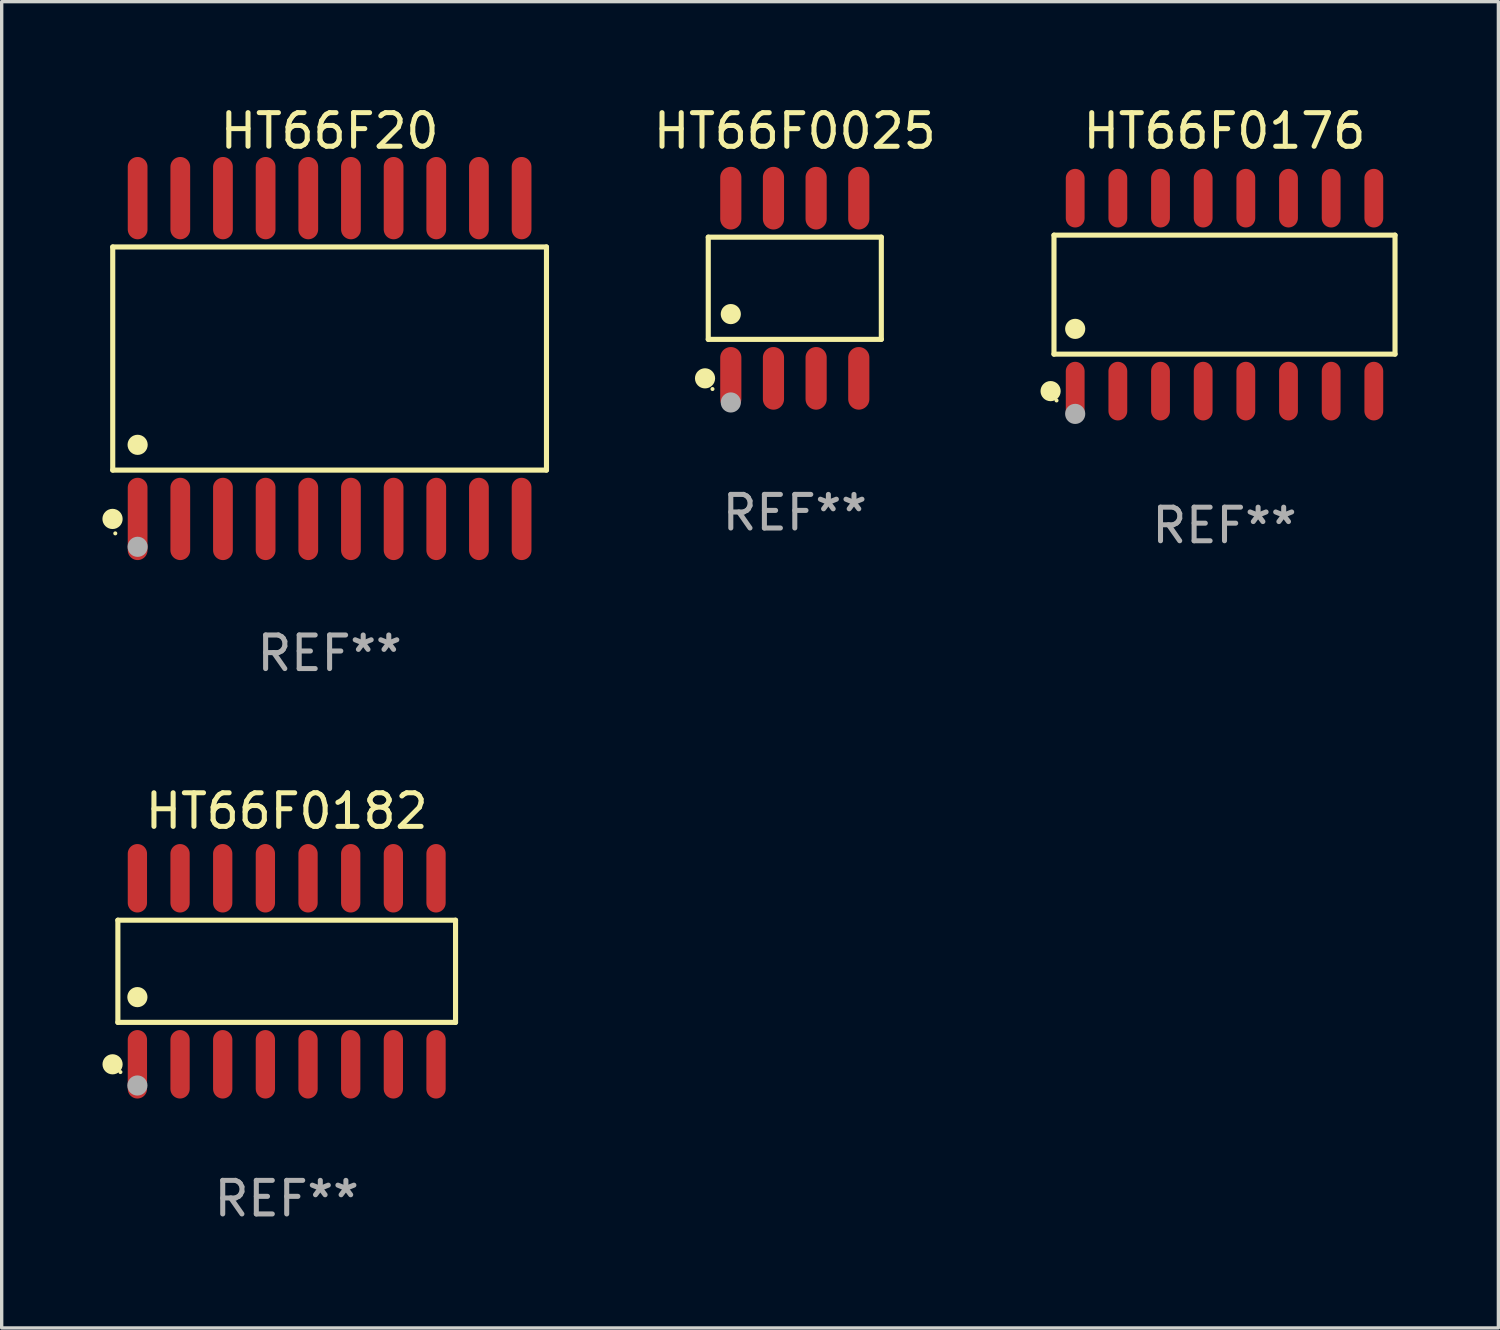
<source format=kicad_pcb>
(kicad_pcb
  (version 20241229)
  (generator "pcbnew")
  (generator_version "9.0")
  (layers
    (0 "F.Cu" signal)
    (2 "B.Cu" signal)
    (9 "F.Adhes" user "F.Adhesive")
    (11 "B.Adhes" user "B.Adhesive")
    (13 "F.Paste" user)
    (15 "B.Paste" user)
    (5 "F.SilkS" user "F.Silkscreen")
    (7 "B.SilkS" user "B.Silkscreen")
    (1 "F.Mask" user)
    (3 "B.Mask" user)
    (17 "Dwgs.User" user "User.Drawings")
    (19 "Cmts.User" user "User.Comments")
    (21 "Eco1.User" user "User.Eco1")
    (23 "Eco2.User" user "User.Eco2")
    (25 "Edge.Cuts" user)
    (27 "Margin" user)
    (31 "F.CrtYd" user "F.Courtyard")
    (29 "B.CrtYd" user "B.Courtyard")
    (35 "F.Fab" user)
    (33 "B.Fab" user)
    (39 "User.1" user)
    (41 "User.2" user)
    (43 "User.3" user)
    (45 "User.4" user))
  (footprint "HT66F0182"
    (layer "F.Cu")
    (at 5.485 25.864)
    (property "Reference" "HT66F0182" (at 0 -4.769 0) (layer "F.SilkS") (effects (font (size 1 1) (thickness 0.15))))
    (attr through_hole)
    (fp_line (start -5.026 -1.521) (end 5.026 -1.521) (stroke (width 0.152) (type solid)) (layer "F.SilkS"))
    (fp_line (start -5.026 1.521) (end -5.026 -1.521) (stroke (width 0.152) (type solid)) (layer "F.SilkS"))
    (fp_line (start 5.026 -1.521) (end 5.026 1.521) (stroke (width 0.152) (type solid)) (layer "F.SilkS"))
    (fp_line (start 5.026 1.521) (end -5.026 1.521) (stroke (width 0.152) (type solid)) (layer "F.SilkS"))
    (fp_circle (center -5.184 2.769) (end -5.034 2.769) (stroke (width 0.3) (type solid)) (fill no) (layer "F.SilkS"))
    (fp_circle (center -4.95 3) (end -4.92 3) (stroke (width 0.06) (type solid)) (fill no) (layer "F.SilkS"))
    (fp_circle (center -4.445 0.769) (end -4.295 0.769) (stroke (width 0.3) (type solid)) (fill no) (layer "F.SilkS"))
    (fp_circle (center -4.445 3.4) (end -4.295 3.4) (stroke (width 0.3) (type solid)) (fill no) (layer "F.Fab"))
    (fp_text user "REF**" (at 0 6.769 0) (layer "F.Fab") (effects (font (size 1 1) (thickness 0.15))))
    (pad "1" smd oval (at -4.445 2.769) (size 0.574 2.038) (layers "F.Cu" "F.Mask" "F.Paste"))
    (pad "2" smd oval (at -3.175 2.769) (size 0.574 2.038) (layers "F.Cu" "F.Mask" "F.Paste"))
    (pad "3" smd oval (at -1.905 2.769) (size 0.574 2.038) (layers "F.Cu" "F.Mask" "F.Paste"))
    (pad "4" smd oval (at -0.635 2.769) (size 0.574 2.038) (layers "F.Cu" "F.Mask" "F.Paste"))
    (pad "5" smd oval (at 0.635 2.769) (size 0.574 2.038) (layers "F.Cu" "F.Mask" "F.Paste"))
    (pad "6" smd oval (at 1.905 2.769) (size 0.574 2.038) (layers "F.Cu" "F.Mask" "F.Paste"))
    (pad "7" smd oval (at 3.175 2.769) (size 0.574 2.038) (layers "F.Cu" "F.Mask" "F.Paste"))
    (pad "8" smd oval (at 4.445 2.769) (size 0.574 2.038) (layers "F.Cu" "F.Mask" "F.Paste"))
    (pad "9" smd oval (at 4.445 -2.769) (size 0.574 2.038) (layers "F.Cu" "F.Mask" "F.Paste"))
    (pad "10" smd oval (at 3.175 -2.769) (size 0.574 2.038) (layers "F.Cu" "F.Mask" "F.Paste"))
    (pad "11" smd oval (at 1.905 -2.769) (size 0.574 2.038) (layers "F.Cu" "F.Mask" "F.Paste"))
    (pad "12" smd oval (at 0.635 -2.769) (size 0.574 2.038) (layers "F.Cu" "F.Mask" "F.Paste"))
    (pad "13" smd oval (at -0.635 -2.769) (size 0.574 2.038) (layers "F.Cu" "F.Mask" "F.Paste"))
    (pad "14" smd oval (at -1.905 -2.769) (size 0.574 2.038) (layers "F.Cu" "F.Mask" "F.Paste"))
    (pad "15" smd oval (at -3.175 -2.769) (size 0.574 2.038) (layers "F.Cu" "F.Mask" "F.Paste"))
    (pad "16" smd oval (at -4.445 -2.769) (size 0.574 2.038) (layers "F.Cu" "F.Mask" "F.Paste")))
  (footprint "HT66F0025"
    (layer "F.Cu")
    (at 20.61 5.531)
    (property "Reference" "HT66F0025" (at 0 -4.682 0) (layer "F.SilkS") (effects (font (size 1 1) (thickness 0.15))))
    (attr through_hole)
    (fp_line (start -2.576 -1.521) (end 2.576 -1.521) (stroke (width 0.152) (type solid)) (layer "F.SilkS"))
    (fp_line (start -2.576 1.521) (end -2.576 -1.521) (stroke (width 0.152) (type solid)) (layer "F.SilkS"))
    (fp_line (start 2.576 -1.521) (end 2.576 1.521) (stroke (width 0.152) (type solid)) (layer "F.SilkS"))
    (fp_line (start 2.576 1.521) (end -2.576 1.521) (stroke (width 0.152) (type solid)) (layer "F.SilkS"))
    (fp_circle (center -2.672 2.682) (end -2.522 2.682) (stroke (width 0.3) (type solid)) (fill no) (layer "F.SilkS"))
    (fp_circle (center -2.45 3) (end -2.42 3) (stroke (width 0.06) (type solid)) (fill no) (layer "F.SilkS"))
    (fp_circle (center -1.905 0.769) (end -1.755 0.769) (stroke (width 0.3) (type solid)) (fill no) (layer "F.SilkS"))
    (fp_circle (center -1.905 3.4) (end -1.755 3.4) (stroke (width 0.3) (type solid)) (fill no) (layer "F.Fab"))
    (fp_text user "REF**" (at 0 6.682 0) (layer "F.Fab") (effects (font (size 1 1) (thickness 0.15))))
    (pad "1" smd oval (at -1.905 2.682) (size 0.63 1.865) (layers "F.Cu" "F.Mask" "F.Paste"))
    (pad "2" smd oval (at -0.635 2.682) (size 0.63 1.865) (layers "F.Cu" "F.Mask" "F.Paste"))
    (pad "3" smd oval (at 0.635 2.682) (size 0.63 1.865) (layers "F.Cu" "F.Mask" "F.Paste"))
    (pad "4" smd oval (at 1.905 2.682) (size 0.63 1.865) (layers "F.Cu" "F.Mask" "F.Paste"))
    (pad "5" smd oval (at 1.905 -2.682) (size 0.63 1.865) (layers "F.Cu" "F.Mask" "F.Paste"))
    (pad "6" smd oval (at 0.635 -2.682) (size 0.63 1.865) (layers "F.Cu" "F.Mask" "F.Paste"))
    (pad "7" smd oval (at -0.635 -2.682) (size 0.63 1.865) (layers "F.Cu" "F.Mask" "F.Paste"))
    (pad "8" smd oval (at -1.905 -2.682) (size 0.63 1.865) (layers "F.Cu" "F.Mask" "F.Paste")))
  (footprint "HT66F0176"
    (layer "F.Cu")
    (at 33.402 5.721)
    (property "Reference" "HT66F0176" (at 0 -4.872 0) (layer "F.SilkS") (effects (font (size 1 1) (thickness 0.15))))
    (attr through_hole)
    (fp_line (start -5.076 -1.771) (end 5.076 -1.771) (stroke (width 0.152) (type solid)) (layer "F.SilkS"))
    (fp_line (start -5.076 1.771) (end -5.076 -1.771) (stroke (width 0.152) (type solid)) (layer "F.SilkS"))
    (fp_line (start 5.076 -1.771) (end 5.076 1.771) (stroke (width 0.152) (type solid)) (layer "F.SilkS"))
    (fp_line (start 5.076 1.771) (end -5.076 1.771) (stroke (width 0.152) (type solid)) (layer "F.SilkS"))
    (fp_circle (center -5.177 2.872) (end -5.027 2.872) (stroke (width 0.3) (type solid)) (fill no) (layer "F.SilkS"))
    (fp_circle (center -5 3.15) (end -4.97 3.15) (stroke (width 0.06) (type solid)) (fill no) (layer "F.SilkS"))
    (fp_circle (center -4.445 1.019) (end -4.295 1.019) (stroke (width 0.3) (type solid)) (fill no) (layer "F.SilkS"))
    (fp_circle (center -4.445 3.55) (end -4.295 3.55) (stroke (width 0.3) (type solid)) (fill no) (layer "F.Fab"))
    (fp_text user "REF**" (at 0 6.872 0) (layer "F.Fab") (effects (font (size 1 1) (thickness 0.15))))
    (pad "1" smd oval (at -4.445 2.872) (size 0.56 1.745) (layers "F.Cu" "F.Mask" "F.Paste"))
    (pad "2" smd oval (at -3.175 2.872) (size 0.56 1.745) (layers "F.Cu" "F.Mask" "F.Paste"))
    (pad "3" smd oval (at -1.905 2.872) (size 0.56 1.745) (layers "F.Cu" "F.Mask" "F.Paste"))
    (pad "4" smd oval (at -0.635 2.872) (size 0.56 1.745) (layers "F.Cu" "F.Mask" "F.Paste"))
    (pad "5" smd oval (at 0.635 2.872) (size 0.56 1.745) (layers "F.Cu" "F.Mask" "F.Paste"))
    (pad "6" smd oval (at 1.905 2.872) (size 0.56 1.745) (layers "F.Cu" "F.Mask" "F.Paste"))
    (pad "7" smd oval (at 3.175 2.872) (size 0.56 1.745) (layers "F.Cu" "F.Mask" "F.Paste"))
    (pad "8" smd oval (at 4.445 2.872) (size 0.56 1.745) (layers "F.Cu" "F.Mask" "F.Paste"))
    (pad "9" smd oval (at 4.445 -2.872) (size 0.56 1.745) (layers "F.Cu" "F.Mask" "F.Paste"))
    (pad "10" smd oval (at 3.175 -2.872) (size 0.56 1.745) (layers "F.Cu" "F.Mask" "F.Paste"))
    (pad "11" smd oval (at 1.905 -2.872) (size 0.56 1.745) (layers "F.Cu" "F.Mask" "F.Paste"))
    (pad "12" smd oval (at 0.635 -2.872) (size 0.56 1.745) (layers "F.Cu" "F.Mask" "F.Paste"))
    (pad "13" smd oval (at -0.635 -2.872) (size 0.56 1.745) (layers "F.Cu" "F.Mask" "F.Paste"))
    (pad "14" smd oval (at -1.905 -2.872) (size 0.56 1.745) (layers "F.Cu" "F.Mask" "F.Paste"))
    (pad "15" smd oval (at -3.175 -2.872) (size 0.56 1.745) (layers "F.Cu" "F.Mask" "F.Paste"))
    (pad "16" smd oval (at -4.445 -2.872) (size 0.56 1.745) (layers "F.Cu" "F.Mask" "F.Paste")))
  (footprint "HT66F20"
    (layer "F.Cu")
    (at 6.762 7.623)
    (property "Reference" "HT66F20" (at 0 -6.775 0) (layer "F.SilkS") (effects (font (size 1 1) (thickness 0.15))))
    (attr through_hole)
    (fp_line (start -6.456 -3.321) (end 6.456 -3.321) (stroke (width 0.152) (type solid)) (layer "F.SilkS"))
    (fp_line (start -6.456 3.321) (end -6.456 -3.321) (stroke (width 0.152) (type solid)) (layer "F.SilkS"))
    (fp_line (start 6.456 -3.321) (end 6.456 3.321) (stroke (width 0.152) (type solid)) (layer "F.SilkS"))
    (fp_line (start 6.456 3.321) (end -6.456 3.321) (stroke (width 0.152) (type solid)) (layer "F.SilkS"))
    (fp_circle (center -6.462 4.775) (end -6.311 4.775) (stroke (width 0.3) (type solid)) (fill no) (layer "F.SilkS"))
    (fp_circle (center -6.38 5.205) (end -6.35 5.205) (stroke (width 0.06) (type solid)) (fill no) (layer "F.SilkS"))
    (fp_circle (center -5.715 2.569) (end -5.565 2.569) (stroke (width 0.3) (type solid)) (fill no) (layer "F.SilkS"))
    (fp_circle (center -5.715 5.605) (end -5.565 5.605) (stroke (width 0.3) (type solid)) (fill no) (layer "F.Fab"))
    (fp_text user "REF**" (at 0 8.775 0) (layer "F.Fab") (effects (font (size 1 1) (thickness 0.15))))
    (pad "1" smd oval (at -5.715 4.775) (size 0.588 2.45) (layers "F.Cu" "F.Mask" "F.Paste"))
    (pad "2" smd oval (at -4.445 4.775) (size 0.588 2.45) (layers "F.Cu" "F.Mask" "F.Paste"))
    (pad "3" smd oval (at -3.175 4.775) (size 0.588 2.45) (layers "F.Cu" "F.Mask" "F.Paste"))
    (pad "4" smd oval (at -1.905 4.775) (size 0.588 2.45) (layers "F.Cu" "F.Mask" "F.Paste"))
    (pad "5" smd oval (at -0.635 4.775) (size 0.588 2.45) (layers "F.Cu" "F.Mask" "F.Paste"))
    (pad "6" smd oval (at 0.635 4.775) (size 0.588 2.45) (layers "F.Cu" "F.Mask" "F.Paste"))
    (pad "7" smd oval (at 1.905 4.775) (size 0.588 2.45) (layers "F.Cu" "F.Mask" "F.Paste"))
    (pad "8" smd oval (at 3.175 4.775) (size 0.588 2.45) (layers "F.Cu" "F.Mask" "F.Paste"))
    (pad "9" smd oval (at 4.445 4.775) (size 0.588 2.45) (layers "F.Cu" "F.Mask" "F.Paste"))
    (pad "10" smd oval (at 5.715 4.775) (size 0.588 2.45) (layers "F.Cu" "F.Mask" "F.Paste"))
    (pad "11" smd oval (at 5.715 -4.775) (size 0.588 2.45) (layers "F.Cu" "F.Mask" "F.Paste"))
    (pad "12" smd oval (at 4.445 -4.775) (size 0.588 2.45) (layers "F.Cu" "F.Mask" "F.Paste"))
    (pad "13" smd oval (at 3.175 -4.775) (size 0.588 2.45) (layers "F.Cu" "F.Mask" "F.Paste"))
    (pad "14" smd oval (at 1.905 -4.775) (size 0.588 2.45) (layers "F.Cu" "F.Mask" "F.Paste"))
    (pad "15" smd oval (at 0.635 -4.775) (size 0.588 2.45) (layers "F.Cu" "F.Mask" "F.Paste"))
    (pad "16" smd oval (at -0.635 -4.775) (size 0.588 2.45) (layers "F.Cu" "F.Mask" "F.Paste"))
    (pad "17" smd oval (at -1.905 -4.775) (size 0.588 2.45) (layers "F.Cu" "F.Mask" "F.Paste"))
    (pad "18" smd oval (at -3.175 -4.775) (size 0.588 2.45) (layers "F.Cu" "F.Mask" "F.Paste"))
    (pad "19" smd oval (at -4.445 -4.775) (size 0.588 2.45) (layers "F.Cu" "F.Mask" "F.Paste"))
    (pad "20" smd oval (at -5.715 -4.775) (size 0.588 2.45) (layers "F.Cu" "F.Mask" "F.Paste")))
  (gr_rect
    (start -3 -3)
    (end 41.555 36.481)
    (stroke (width 0.1) (type default))
    (fill no)
    (layer "Edge.Cuts")))
</source>
